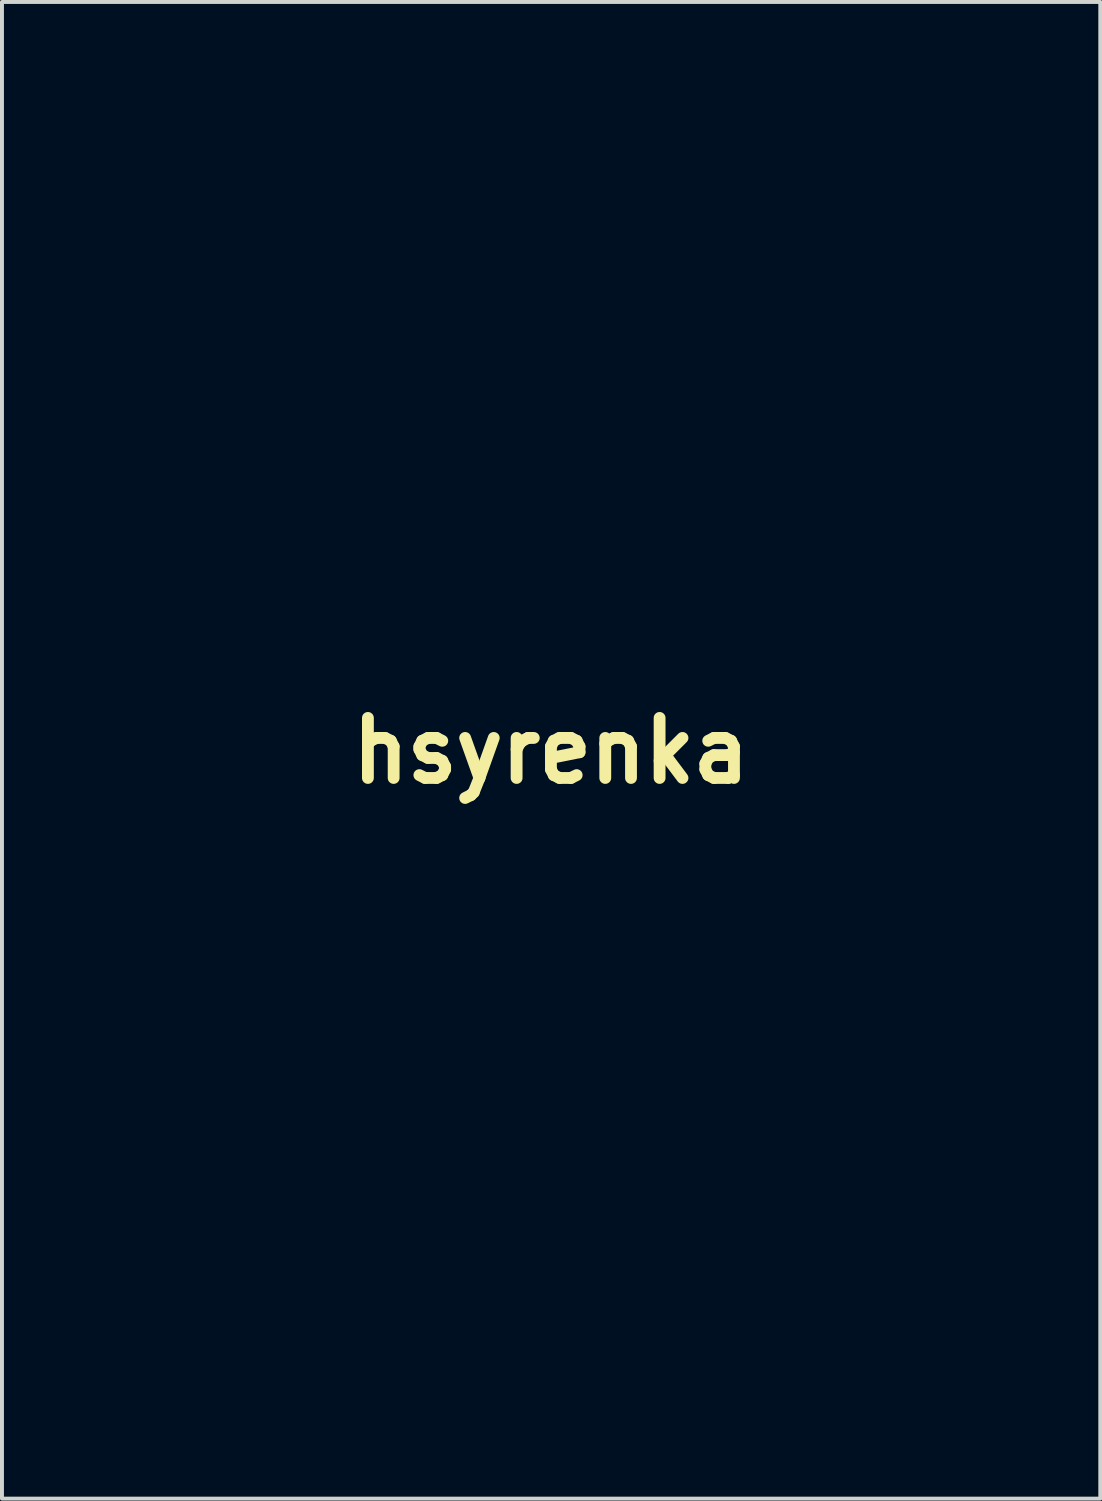
<source format=kicad_pcb>
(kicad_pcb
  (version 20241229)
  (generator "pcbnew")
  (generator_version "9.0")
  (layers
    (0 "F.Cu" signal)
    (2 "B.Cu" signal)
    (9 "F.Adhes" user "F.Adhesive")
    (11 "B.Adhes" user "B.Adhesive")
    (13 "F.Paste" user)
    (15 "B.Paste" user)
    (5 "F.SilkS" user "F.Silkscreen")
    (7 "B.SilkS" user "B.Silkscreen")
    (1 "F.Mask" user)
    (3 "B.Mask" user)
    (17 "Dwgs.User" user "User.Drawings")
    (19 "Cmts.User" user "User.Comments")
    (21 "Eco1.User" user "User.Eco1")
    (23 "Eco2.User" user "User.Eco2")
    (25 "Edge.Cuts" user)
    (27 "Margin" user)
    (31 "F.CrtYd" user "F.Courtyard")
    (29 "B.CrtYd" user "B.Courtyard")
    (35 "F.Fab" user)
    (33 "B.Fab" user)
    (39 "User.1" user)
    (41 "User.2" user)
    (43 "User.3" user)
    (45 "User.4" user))
  (footprint "hsyrenka"
    (layer "F.Cu")
    (at 10.931 16.003)
    (property "Reference" "hsyrenka" (at 0 0 0) (layer "F.SilkS") (effects (font (size 1.524 1.524) (thickness 0.3))))
    (attr through_hole)
    (fp_poly (pts (xy -7.198 2.2) (xy -7.079 2.288) (xy -6.978 2.414) (xy -6.906 2.564) (xy -6.875 2.72) (xy -6.881 2.819) (xy -6.914 2.94) (xy -6.968 3.078) (xy -7.033 3.213) (xy -7.098 3.326) (xy -7.155 3.397) (xy -7.17 3.407) (xy -7.296 3.443) (xy -7.432 3.432) (xy -7.518 3.394) (xy -7.617 3.288) (xy -7.654 3.15) (xy -7.629 2.978) (xy -7.62 2.949) (xy -7.587 2.837) (xy -7.579 2.759) (xy -7.596 2.682) (xy -7.616 2.628) (xy -7.644 2.479) (xy -7.613 2.345) (xy -7.532 2.239) (xy -7.409 2.177) (xy -7.324 2.167) (xy -7.198 2.2)) (stroke (width 0.01) (type solid)) (fill yes) (layer "F.Mask"))
    (fp_poly (pts (xy 1.03 2.894) (xy 1.229 2.97) (xy 1.405 3.102) (xy 1.517 3.238) (xy 1.591 3.401) (xy 1.63 3.595) (xy 1.631 3.793) (xy 1.591 3.968) (xy 1.579 3.995) (xy 1.453 4.186) (xy 1.285 4.333) (xy 1.087 4.43) (xy 0.873 4.474) (xy 0.657 4.457) (xy 0.515 4.409) (xy 0.315 4.282) (xy 0.166 4.112) (xy 0.072 3.913) (xy 0.038 3.694) (xy 0.04 3.679) (xy 0.71 3.679) (xy 0.736 3.766) (xy 0.799 3.81) (xy 0.877 3.806) (xy 0.948 3.749) (xy 0.96 3.728) (xy 0.978 3.635) (xy 0.934 3.56) (xy 0.883 3.533) (xy 0.795 3.536) (xy 0.732 3.594) (xy 0.71 3.679) (xy 0.04 3.679) (xy 0.067 3.468) (xy 0.128 3.31) (xy 0.257 3.122) (xy 0.424 2.986) (xy 0.616 2.902) (xy 0.822 2.871) (xy 1.03 2.894)) (stroke (width 0.01) (type solid)) (fill yes) (layer "F.Mask"))
    (fp_poly (pts (xy 3.974 1.375) (xy 4.166 1.485) (xy 4.324 1.65) (xy 4.409 1.794) (xy 4.464 1.992) (xy 4.465 2.208) (xy 4.413 2.419) (xy 4.313 2.604) (xy 4.292 2.63) (xy 4.118 2.783) (xy 3.909 2.881) (xy 3.682 2.919) (xy 3.527 2.908) (xy 3.308 2.838) (xy 3.131 2.721) (xy 2.998 2.567) (xy 2.909 2.387) (xy 2.868 2.192) (xy 2.87 2.146) (xy 3.525 2.146) (xy 3.573 2.218) (xy 3.635 2.266) (xy 3.692 2.261) (xy 3.744 2.227) (xy 3.797 2.155) (xy 3.793 2.075) (xy 3.739 2.014) (xy 3.681 1.995) (xy 3.581 2.009) (xy 3.526 2.065) (xy 3.525 2.146) (xy 2.87 2.146) (xy 2.875 1.992) (xy 2.932 1.798) (xy 3.04 1.621) (xy 3.2 1.472) (xy 3.314 1.405) (xy 3.537 1.33) (xy 3.76 1.322) (xy 3.974 1.375)) (stroke (width 0.01) (type solid)) (fill yes) (layer "F.Mask"))
    (fp_poly (pts (xy 3.893 -1.893) (xy 4.095 -1.8) (xy 4.26 -1.656) (xy 4.378 -1.47) (xy 4.441 -1.252) (xy 4.449 -1.14) (xy 4.425 -0.913) (xy 4.346 -0.722) (xy 4.224 -0.571) (xy 4.03 -0.424) (xy 3.81 -0.342) (xy 3.573 -0.326) (xy 3.38 -0.36) (xy 3.265 -0.418) (xy 3.138 -0.52) (xy 3.018 -0.647) (xy 2.925 -0.777) (xy 2.881 -0.875) (xy 2.851 -1.082) (xy 3.518 -1.082) (xy 3.54 -1.019) (xy 3.541 -1.018) (xy 3.606 -0.995) (xy 3.693 -1.006) (xy 3.763 -1.045) (xy 3.766 -1.049) (xy 3.796 -1.126) (xy 3.773 -1.2) (xy 3.715 -1.254) (xy 3.639 -1.273) (xy 3.564 -1.241) (xy 3.56 -1.236) (xy 3.526 -1.168) (xy 3.518 -1.082) (xy 2.851 -1.082) (xy 2.845 -1.121) (xy 2.878 -1.352) (xy 2.978 -1.564) (xy 3.093 -1.702) (xy 3.265 -1.836) (xy 3.459 -1.908) (xy 3.662 -1.927) (xy 3.893 -1.893)) (stroke (width 0.01) (type solid)) (fill yes) (layer "F.Mask"))
    (fp_poly (pts (xy -1.823 4.442) (xy -1.702 4.474) (xy -1.605 4.523) (xy -1.505 4.602) (xy -1.438 4.668) (xy -1.326 4.79) (xy -1.257 4.898) (xy -1.214 5.018) (xy -1.21 5.037) (xy -1.189 5.268) (xy -1.233 5.489) (xy -1.337 5.688) (xy -1.495 5.854) (xy -1.642 5.948) (xy -1.86 6.024) (xy -2.075 6.031) (xy -2.295 5.97) (xy -2.331 5.954) (xy -2.521 5.83) (xy -2.666 5.664) (xy -2.761 5.468) (xy -2.802 5.257) (xy -2.798 5.213) (xy -2.122 5.213) (xy -2.116 5.277) (xy -2.084 5.345) (xy -2.02 5.359) (xy -2.001 5.358) (xy -1.915 5.327) (xy -1.869 5.284) (xy -1.851 5.206) (xy -1.885 5.138) (xy -1.951 5.095) (xy -2.028 5.089) (xy -2.094 5.131) (xy -2.122 5.213) (xy -2.798 5.213) (xy -2.782 5.042) (xy -2.739 4.917) (xy -2.611 4.714) (xy -2.44 4.561) (xy -2.236 4.462) (xy -2.01 4.425) (xy -1.823 4.442)) (stroke (width 0.01) (type solid)) (fill yes) (layer "F.Mask"))
    (fp_poly (pts (xy 1.144 -3.501) (xy 1.304 -3.424) (xy 1.485 -3.273) (xy 1.616 -3.079) (xy 1.689 -2.858) (xy 1.698 -2.787) (xy 1.682 -2.567) (xy 1.604 -2.362) (xy 1.471 -2.184) (xy 1.292 -2.046) (xy 1.11 -1.967) (xy 0.971 -1.932) (xy 0.855 -1.925) (xy 0.726 -1.946) (xy 0.658 -1.963) (xy 0.519 -2.029) (xy 0.361 -2.157) (xy 0.334 -2.184) (xy 0.229 -2.296) (xy 0.165 -2.392) (xy 0.125 -2.496) (xy 0.108 -2.569) (xy 0.096 -2.735) (xy 0.746 -2.735) (xy 0.775 -2.651) (xy 0.843 -2.603) (xy 0.927 -2.602) (xy 0.994 -2.646) (xy 1.021 -2.723) (xy 1.016 -2.788) (xy 0.971 -2.856) (xy 0.899 -2.878) (xy 0.822 -2.859) (xy 0.764 -2.804) (xy 0.746 -2.735) (xy 0.096 -2.735) (xy 0.092 -2.799) (xy 0.135 -3.01) (xy 0.23 -3.194) (xy 0.366 -3.347) (xy 0.535 -3.46) (xy 0.727 -3.528) (xy 0.933 -3.544) (xy 1.144 -3.501)) (stroke (width 0.01) (type solid)) (fill yes) (layer "F.Mask"))
    (fp_poly (pts (xy -2.535 -6.249) (xy -2.448 -6.184) (xy -2.381 -6.101) (xy -2.351 -6.012) (xy -2.356 -5.898) (xy -2.393 -5.74) (xy -2.394 -5.735) (xy -2.453 -5.5) (xy -2.477 -5.321) (xy -2.47 -5.189) (xy -2.469 -5.188) (xy -2.456 -5.152) (xy -2.429 -5.117) (xy -2.379 -5.078) (xy -2.297 -5.029) (xy -2.176 -4.967) (xy -2.007 -4.886) (xy -1.782 -4.781) (xy -1.765 -4.773) (xy -1.537 -4.667) (xy -1.364 -4.584) (xy -1.238 -4.52) (xy -1.15 -4.469) (xy -1.091 -4.425) (xy -1.053 -4.384) (xy -1.026 -4.34) (xy -1.021 -4.329) (xy -0.981 -4.193) (xy -1.008 -4.069) (xy -1.103 -3.949) (xy -1.106 -3.947) (xy -1.222 -3.885) (xy -1.369 -3.883) (xy -1.528 -3.935) (xy -1.875 -4.099) (xy -2.164 -4.237) (xy -2.4 -4.352) (xy -2.589 -4.449) (xy -2.737 -4.53) (xy -2.849 -4.601) (xy -2.932 -4.663) (xy -2.991 -4.722) (xy -3.032 -4.781) (xy -3.061 -4.844) (xy -3.084 -4.914) (xy -3.093 -4.945) (xy -3.124 -5.15) (xy -3.123 -5.395) (xy -3.092 -5.656) (xy -3.033 -5.912) (xy -2.989 -6.045) (xy -2.907 -6.181) (xy -2.795 -6.263) (xy -2.666 -6.287) (xy -2.535 -6.249)) (stroke (width 0.01) (type solid)) (fill yes) (layer "F.Mask"))
    (fp_poly (pts (xy 6.858 -7.538) (xy 6.965 -7.465) (xy 7.042 -7.366) (xy 7.069 -7.269) (xy 7.046 -7.114) (xy 6.979 -6.92) (xy 6.874 -6.697) (xy 6.739 -6.457) (xy 6.579 -6.211) (xy 6.401 -5.971) (xy 6.282 -5.828) (xy 5.987 -5.511) (xy 5.681 -5.228) (xy 5.353 -4.971) (xy 4.993 -4.734) (xy 4.592 -4.511) (xy 4.14 -4.294) (xy 3.654 -4.088) (xy 3.455 -4.01) (xy 3.308 -3.957) (xy 3.202 -3.926) (xy 3.124 -3.916) (xy 3.061 -3.924) (xy 3.002 -3.947) (xy 2.995 -3.95) (xy 2.927 -4.007) (xy 2.865 -4.096) (xy 2.861 -4.106) (xy 2.826 -4.196) (xy 2.828 -4.27) (xy 2.856 -4.348) (xy 2.884 -4.405) (xy 2.923 -4.454) (xy 2.983 -4.501) (xy 3.073 -4.553) (xy 3.202 -4.615) (xy 3.38 -4.691) (xy 3.576 -4.772) (xy 4.101 -5.004) (xy 4.563 -5.246) (xy 4.969 -5.505) (xy 5.326 -5.785) (xy 5.644 -6.091) (xy 5.928 -6.429) (xy 5.937 -6.441) (xy 6.034 -6.58) (xy 6.136 -6.739) (xy 6.233 -6.906) (xy 6.319 -7.065) (xy 6.385 -7.203) (xy 6.423 -7.304) (xy 6.43 -7.341) (xy 6.461 -7.412) (xy 6.537 -7.485) (xy 6.637 -7.541) (xy 6.736 -7.567) (xy 6.743 -7.567) (xy 6.858 -7.538)) (stroke (width 0.01) (type solid)) (fill yes) (layer "F.Mask"))
    (fp_poly (pts (xy 5.713 4.453) (xy 5.833 4.488) (xy 5.916 4.552) (xy 5.969 4.66) (xy 6.001 4.822) (xy 6.008 4.888) (xy 6.034 5.065) (xy 6.079 5.228) (xy 6.155 5.41) (xy 6.178 5.459) (xy 6.314 5.715) (xy 6.475 5.975) (xy 6.654 6.23) (xy 6.841 6.467) (xy 7.028 6.675) (xy 7.205 6.845) (xy 7.364 6.965) (xy 7.414 6.994) (xy 7.527 7.04) (xy 7.646 7.062) (xy 7.787 7.061) (xy 7.967 7.035) (xy 8.144 6.999) (xy 8.721 6.839) (xy 9.299 6.614) (xy 9.503 6.52) (xy 9.798 6.362) (xy 10.024 6.208) (xy 10.183 6.056) (xy 10.277 5.904) (xy 10.279 5.901) (xy 10.364 5.758) (xy 10.477 5.672) (xy 10.606 5.645) (xy 10.736 5.679) (xy 10.838 5.759) (xy 10.913 5.86) (xy 10.937 5.965) (xy 10.912 6.09) (xy 10.865 6.203) (xy 10.739 6.401) (xy 10.551 6.599) (xy 10.31 6.794) (xy 10.025 6.981) (xy 9.705 7.155) (xy 9.358 7.313) (xy 8.995 7.45) (xy 8.623 7.561) (xy 8.253 7.642) (xy 7.892 7.69) (xy 7.78 7.697) (xy 7.603 7.704) (xy 7.478 7.706) (xy 7.389 7.698) (xy 7.317 7.679) (xy 7.244 7.647) (xy 7.183 7.615) (xy 7.027 7.522) (xy 6.877 7.414) (xy 6.722 7.278) (xy 6.548 7.103) (xy 6.416 6.963) (xy 6.085 6.563) (xy 5.802 6.137) (xy 5.631 5.824) (xy 5.496 5.529) (xy 5.408 5.269) (xy 5.362 5.027) (xy 5.353 4.873) (xy 5.355 4.745) (xy 5.368 4.664) (xy 5.401 4.605) (xy 5.463 4.544) (xy 5.469 4.538) (xy 5.557 4.471) (xy 5.634 4.447) (xy 5.713 4.453)) (stroke (width 0.01) (type solid)) (fill yes) (layer "F.Mask"))
    (fp_poly (pts (xy 1.394 -1.487) (xy 1.58 -1.479) (xy 1.722 -1.463) (xy 1.831 -1.438) (xy 1.915 -1.404) (xy 1.983 -1.359) (xy 2.005 -1.34) (xy 2.057 -1.278) (xy 2.134 -1.164) (xy 2.23 -1.01) (xy 2.338 -0.828) (xy 2.452 -0.629) (xy 2.565 -0.425) (xy 2.669 -0.228) (xy 2.759 -0.049) (xy 2.777 -0.012) (xy 2.874 0.229) (xy 2.928 0.44) (xy 2.933 0.485) (xy 2.94 0.598) (xy 2.932 0.69) (xy 2.903 0.786) (xy 2.847 0.912) (xy 2.827 0.953) (xy 2.724 1.147) (xy 2.597 1.358) (xy 2.456 1.575) (xy 2.309 1.784) (xy 2.164 1.974) (xy 2.032 2.131) (xy 1.921 2.243) (xy 1.882 2.274) (xy 1.823 2.307) (xy 1.743 2.332) (xy 1.629 2.352) (xy 1.466 2.369) (xy 1.325 2.38) (xy 1.099 2.394) (xy 0.848 2.405) (xy 0.607 2.413) (xy 0.459 2.415) (xy 0.281 2.414) (xy 0.157 2.41) (xy 0.069 2.398) (xy 0.002 2.377) (xy -0.063 2.342) (xy -0.114 2.309) (xy -0.26 2.188) (xy -0.426 2.005) (xy -0.61 1.766) (xy -0.807 1.476) (xy -0.968 1.216) (xy -1.095 0.996) (xy -1.188 0.81) (xy -1.246 0.647) (xy -1.268 0.493) (xy -1.265 0.458) (xy -0.604 0.458) (xy -0.6 0.503) (xy -0.585 0.556) (xy -0.554 0.627) (xy -0.503 0.725) (xy -0.426 0.859) (xy -0.32 1.039) (xy -0.242 1.169) (xy -0.13 1.357) (xy -0.043 1.499) (xy 0.031 1.601) (xy 0.105 1.67) (xy 0.191 1.712) (xy 0.302 1.733) (xy 0.448 1.741) (xy 0.644 1.741) (xy 0.846 1.741) (xy 1.087 1.74) (xy 1.267 1.738) (xy 1.395 1.733) (xy 1.482 1.725) (xy 1.537 1.712) (xy 1.571 1.695) (xy 1.587 1.679) (xy 1.642 1.604) (xy 1.726 1.485) (xy 1.826 1.337) (xy 1.935 1.176) (xy 2.04 1.017) (xy 2.132 0.876) (xy 2.2 0.767) (xy 2.216 0.739) (xy 2.313 0.573) (xy 2.234 0.384) (xy 2.189 0.287) (xy 2.117 0.144) (xy 2.026 -0.029) (xy 1.925 -0.216) (xy 1.872 -0.311) (xy 1.588 -0.817) (xy 0.888 -0.817) (xy 0.646 -0.817) (xy 0.464 -0.814) (xy 0.333 -0.81) (xy 0.241 -0.802) (xy 0.178 -0.789) (xy 0.134 -0.771) (xy 0.098 -0.747) (xy 0.097 -0.746) (xy 0.047 -0.69) (xy -0.027 -0.585) (xy -0.118 -0.446) (xy -0.218 -0.283) (xy -0.319 -0.11) (xy -0.416 0.061) (xy -0.499 0.216) (xy -0.563 0.344) (xy -0.599 0.432) (xy -0.604 0.458) (xy -1.265 0.458) (xy -1.254 0.338) (xy -1.203 0.167) (xy -1.115 -0.03) (xy -0.99 -0.266) (xy -0.887 -0.447) (xy -0.737 -0.701) (xy -0.611 -0.901) (xy -0.501 -1.055) (xy -0.399 -1.172) (xy -0.298 -1.262) (xy -0.189 -1.335) (xy -0.107 -1.378) (xy -0.04 -1.41) (xy 0.021 -1.434) (xy 0.088 -1.451) (xy 0.172 -1.464) (xy 0.285 -1.472) (xy 0.436 -1.478) (xy 0.638 -1.483) (xy 0.856 -1.486) (xy 1.156 -1.489) (xy 1.394 -1.487)) (stroke (width 0.01) (type solid)) (fill yes) (layer "F.Mask"))
    (fp_poly (pts (xy 1.422 -15.965) (xy 1.727 -15.871) (xy 1.969 -15.741) (xy 2.092 -15.623) (xy 2.189 -15.456) (xy 2.252 -15.261) (xy 2.272 -15.087) (xy 2.263 -14.939) (xy 2.226 -14.832) (xy 2.151 -14.757) (xy 2.028 -14.704) (xy 1.848 -14.666) (xy 1.781 -14.656) (xy 1.647 -14.635) (xy 1.565 -14.614) (xy 1.517 -14.583) (xy 1.486 -14.532) (xy 1.467 -14.487) (xy 1.436 -14.396) (xy 1.438 -14.335) (xy 1.475 -14.27) (xy 1.48 -14.264) (xy 1.539 -14.201) (xy 1.611 -14.184) (xy 1.67 -14.19) (xy 1.87 -14.218) (xy 2.013 -14.234) (xy 2.113 -14.239) (xy 2.182 -14.23) (xy 2.235 -14.208) (xy 2.285 -14.17) (xy 2.313 -14.146) (xy 2.433 -14.038) (xy 2.433 -13.68) (xy 2.432 -13.323) (xy 2.255 -13.143) (xy 1.996 -12.926) (xy 1.71 -12.771) (xy 1.405 -12.678) (xy 1.09 -12.645) (xy 0.774 -12.674) (xy 0.467 -12.764) (xy 0.176 -12.916) (xy -0.076 -13.116) (xy -0.256 -13.29) (xy -3.37 -12.841) (xy -3.966 -12.755) (xy -4.495 -12.678) (xy -4.958 -12.61) (xy -5.358 -12.549) (xy -5.698 -12.497) (xy -5.979 -12.452) (xy -6.204 -12.415) (xy -6.375 -12.384) (xy -6.496 -12.359) (xy -6.568 -12.341) (xy -6.589 -12.332) (xy -6.681 -12.257) (xy -6.758 -12.161) (xy -6.761 -12.157) (xy -6.782 -12.1) (xy -6.819 -11.982) (xy -6.869 -11.809) (xy -6.93 -11.589) (xy -7 -11.328) (xy -7.077 -11.035) (xy -7.159 -10.716) (xy -7.245 -10.379) (xy -7.249 -10.364) (xy -7.335 -10.022) (xy -7.417 -9.695) (xy -7.495 -9.389) (xy -7.565 -9.114) (xy -7.626 -8.876) (xy -7.675 -8.684) (xy -7.711 -8.545) (xy -7.732 -8.468) (xy -7.794 -8.25) (xy -7.68 -8.02) (xy -7.636 -7.94) (xy -7.56 -7.814) (xy -7.459 -7.651) (xy -7.337 -7.458) (xy -7.199 -7.244) (xy -7.052 -7.017) (xy -6.901 -6.786) (xy -6.75 -6.558) (xy -6.607 -6.342) (xy -6.475 -6.147) (xy -6.36 -5.979) (xy -6.269 -5.849) (xy -6.206 -5.764) (xy -6.179 -5.733) (xy -6.121 -5.715) (xy -6.012 -5.703) (xy -5.872 -5.695) (xy -5.72 -5.693) (xy -5.577 -5.697) (xy -5.462 -5.706) (xy -5.395 -5.722) (xy -5.35 -5.777) (xy -5.321 -5.865) (xy -5.32 -5.869) (xy -5.318 -5.935) (xy -5.338 -6.005) (xy -5.387 -6.097) (xy -5.471 -6.224) (xy -5.494 -6.257) (xy -5.679 -6.55) (xy -5.84 -6.862) (xy -5.968 -7.173) (xy -6.052 -7.462) (xy -6.06 -7.496) (xy -6.103 -7.837) (xy -6.107 -8.236) (xy -6.072 -8.693) (xy -5.997 -9.207) (xy -5.899 -9.712) (xy -5.856 -9.892) (xy -5.812 -10.028) (xy -5.757 -10.143) (xy -5.679 -10.265) (xy -5.656 -10.298) (xy -5.562 -10.42) (xy -5.434 -10.57) (xy -5.29 -10.728) (xy -5.169 -10.854) (xy -5.01 -11.008) (xy -4.875 -11.124) (xy -4.741 -11.219) (xy -4.585 -11.309) (xy -4.49 -11.359) (xy -4.077 -11.551) (xy -3.679 -11.693) (xy -3.277 -11.789) (xy -2.855 -11.842) (xy -2.395 -11.857) (xy -2.185 -11.852) (xy -1.629 -11.809) (xy -1.125 -11.721) (xy -0.664 -11.585) (xy -0.243 -11.399) (xy 0.146 -11.162) (xy 0.508 -10.87) (xy 0.515 -10.864) (xy 0.602 -10.781) (xy 0.726 -10.657) (xy 0.878 -10.503) (xy 1.046 -10.329) (xy 1.22 -10.146) (xy 1.274 -10.089) (xy 1.457 -9.896) (xy 1.646 -9.7) (xy 1.83 -9.514) (xy 1.994 -9.351) (xy 2.125 -9.225) (xy 2.145 -9.206) (xy 2.546 -8.868) (xy 2.955 -8.589) (xy 3.365 -8.372) (xy 3.775 -8.218) (xy 4.18 -8.127) (xy 4.576 -8.102) (xy 4.959 -8.143) (xy 5.258 -8.225) (xy 5.468 -8.312) (xy 5.7 -8.425) (xy 5.93 -8.554) (xy 6.138 -8.685) (xy 6.303 -8.808) (xy 6.315 -8.818) (xy 6.413 -8.898) (xy 6.486 -8.937) (xy 6.556 -8.945) (xy 6.605 -8.939) (xy 6.742 -8.886) (xy 6.838 -8.789) (xy 6.886 -8.664) (xy 6.879 -8.527) (xy 6.817 -8.404) (xy 6.704 -8.291) (xy 6.539 -8.163) (xy 6.334 -8.028) (xy 6.103 -7.894) (xy 5.86 -7.769) (xy 5.619 -7.66) (xy 5.394 -7.575) (xy 5.323 -7.553) (xy 4.877 -7.459) (xy 4.429 -7.436) (xy 3.979 -7.483) (xy 3.522 -7.601) (xy 3.499 -7.609) (xy 3.213 -7.715) (xy 2.942 -7.837) (xy 2.679 -7.979) (xy 2.418 -8.147) (xy 2.15 -8.345) (xy 1.87 -8.579) (xy 1.571 -8.855) (xy 1.244 -9.177) (xy 0.885 -9.55) (xy 0.823 -9.616) (xy 0.573 -9.88) (xy 0.362 -10.097) (xy 0.182 -10.273) (xy 0.027 -10.416) (xy -0.113 -10.531) (xy -0.244 -10.627) (xy -0.374 -10.708) (xy -0.492 -10.774) (xy -0.807 -10.923) (xy -1.117 -11.036) (xy -1.438 -11.115) (xy -1.783 -11.164) (xy -2.168 -11.184) (xy -2.549 -11.182) (xy -2.785 -11.173) (xy -2.968 -11.163) (xy -3.114 -11.148) (xy -3.241 -11.127) (xy -3.365 -11.097) (xy -3.464 -11.069) (xy -3.718 -10.981) (xy -3.977 -10.873) (xy -4.221 -10.753) (xy -4.432 -10.63) (xy -4.591 -10.514) (xy -4.696 -10.414) (xy -4.813 -10.288) (xy -4.932 -10.149) (xy -5.042 -10.01) (xy -5.134 -9.884) (xy -5.198 -9.782) (xy -5.222 -9.719) (xy -5.222 -9.717) (xy -5.231 -9.65) (xy -5.253 -9.535) (xy -5.284 -9.396) (xy -5.293 -9.361) (xy -5.328 -9.197) (xy -5.361 -8.994) (xy -5.392 -8.768) (xy -5.419 -8.536) (xy -5.44 -8.313) (xy -5.453 -8.117) (xy -5.456 -7.962) (xy -5.452 -7.886) (xy -5.395 -7.566) (xy -5.308 -7.285) (xy -5.255 -7.158) (xy -5.175 -7.002) (xy -5.068 -6.819) (xy -4.946 -6.629) (xy -4.821 -6.449) (xy -4.704 -6.295) (xy -4.608 -6.187) (xy -4.606 -6.186) (xy -4.482 -6.067) (xy -3.991 -6.231) (xy -3.811 -6.289) (xy -3.653 -6.338) (xy -3.529 -6.374) (xy -3.453 -6.393) (xy -3.44 -6.394) (xy -3.36 -6.367) (xy -3.27 -6.299) (xy -3.193 -6.213) (xy -3.154 -6.131) (xy -3.161 -5.996) (xy -3.229 -5.869) (xy -3.346 -5.771) (xy -3.363 -5.761) (xy -3.512 -5.695) (xy -3.701 -5.626) (xy -3.912 -5.558) (xy -4.124 -5.497) (xy -4.319 -5.449) (xy -4.477 -5.42) (xy -4.536 -5.415) (xy -4.663 -5.405) (xy -4.749 -5.382) (xy -4.822 -5.334) (xy -4.893 -5.267) (xy -5.018 -5.166) (xy -5.165 -5.094) (xy -5.347 -5.049) (xy -5.574 -5.028) (xy -5.858 -5.028) (xy -5.862 -5.028) (xy -6.088 -5.039) (xy -6.259 -5.06) (xy -6.39 -5.098) (xy -6.497 -5.158) (xy -6.595 -5.248) (xy -6.698 -5.369) (xy -6.861 -5.582) (xy -7.038 -5.823) (xy -7.224 -6.086) (xy -7.413 -6.36) (xy -7.6 -6.638) (xy -7.779 -6.912) (xy -7.944 -7.171) (xy -8.091 -7.409) (xy -8.213 -7.617) (xy -8.304 -7.785) (xy -8.36 -7.906) (xy -8.365 -7.918) (xy -8.417 -8.167) (xy -8.411 -8.448) (xy -8.348 -8.751) (xy -8.334 -8.796) (xy -8.306 -8.89) (xy -8.264 -9.045) (xy -8.209 -9.252) (xy -8.144 -9.502) (xy -8.071 -9.788) (xy -7.992 -10.099) (xy -7.91 -10.428) (xy -7.848 -10.678) (xy -7.766 -11.007) (xy -7.688 -11.317) (xy -7.614 -11.602) (xy -7.549 -11.854) (xy -7.492 -12.065) (xy -7.447 -12.229) (xy -7.415 -12.337) (xy -7.399 -12.379) (xy -7.269 -12.579) (xy -7.091 -12.77) (xy -6.921 -12.905) (xy -6.732 -13.034) (xy -3.481 -13.498) (xy -3.006 -13.565) (xy -2.549 -13.63) (xy -2.115 -13.691) (xy -1.71 -13.747) (xy -1.338 -13.799) (xy -1.004 -13.844) (xy -0.714 -13.884) (xy -0.474 -13.916) (xy -0.287 -13.94) (xy -0.16 -13.955) (xy -0.098 -13.961) (xy -0.095 -13.961) (xy -0.034 -13.959) (xy 0.016 -13.948) (xy 0.068 -13.918) (xy 0.131 -13.862) (xy 0.219 -13.77) (xy 0.342 -13.634) (xy 0.347 -13.629) (xy 0.511 -13.483) (xy 0.703 -13.388) (xy 0.935 -13.338) (xy 1.033 -13.329) (xy 1.187 -13.324) (xy 1.299 -13.333) (xy 1.397 -13.361) (xy 1.477 -13.396) (xy 1.652 -13.479) (xy 1.51 -13.49) (xy 1.397 -13.501) (xy 1.302 -13.515) (xy 1.293 -13.517) (xy 1.67 -13.517) (xy 1.687 -13.499) (xy 1.705 -13.517) (xy 1.687 -13.535) (xy 1.67 -13.517) (xy 1.293 -13.517) (xy 1.291 -13.518) (xy 1.235 -13.555) (xy 1.153 -13.638) (xy 1.055 -13.754) (xy 0.954 -13.887) (xy 0.858 -14.024) (xy 0.778 -14.15) (xy 0.726 -14.251) (xy 0.71 -14.305) (xy 0.725 -14.38) (xy 0.763 -14.5) (xy 0.818 -14.646) (xy 0.882 -14.802) (xy 0.947 -14.948) (xy 1.006 -15.066) (xy 1.052 -15.137) (xy 1.054 -15.14) (xy 1.125 -15.191) (xy 1.229 -15.237) (xy 1.258 -15.246) (xy 1.345 -15.272) (xy 1.37 -15.289) (xy 1.341 -15.305) (xy 1.314 -15.313) (xy 1.104 -15.341) (xy 0.879 -15.315) (xy 0.656 -15.239) (xy 0.455 -15.123) (xy 0.294 -14.974) (xy 0.237 -14.893) (xy 0.18 -14.783) (xy 0.118 -14.645) (xy 0.089 -14.57) (xy 0.032 -14.448) (xy -0.034 -14.35) (xy -0.071 -14.314) (xy -0.103 -14.3) (xy -0.166 -14.283) (xy -0.265 -14.262) (xy -0.402 -14.236) (xy -0.581 -14.206) (xy -0.806 -14.17) (xy -1.08 -14.127) (xy -1.408 -14.078) (xy -1.791 -14.022) (xy -2.234 -13.957) (xy -2.741 -13.885) (xy -3.308 -13.804) (xy -3.775 -13.738) (xy -4.224 -13.675) (xy -4.648 -13.615) (xy -5.044 -13.56) (xy -5.405 -13.51) (xy -5.727 -13.466) (xy -6.005 -13.428) (xy -6.232 -13.398) (xy -6.405 -13.375) (xy -6.518 -13.362) (xy -6.564 -13.357) (xy -6.685 -13.39) (xy -6.821 -13.482) (xy -6.917 -13.554) (xy -7 -13.592) (xy -7.104 -13.605) (xy -7.177 -13.606) (xy -7.332 -13.598) (xy -7.493 -13.578) (xy -7.563 -13.564) (xy -7.674 -13.533) (xy -7.736 -13.494) (xy -7.772 -13.433) (xy -7.78 -13.41) (xy -7.803 -13.344) (xy -7.83 -13.289) (xy -7.868 -13.244) (xy -7.924 -13.206) (xy -8.006 -13.172) (xy -8.121 -13.141) (xy -8.275 -13.109) (xy -8.478 -13.075) (xy -8.735 -13.036) (xy -9.054 -12.99) (xy -9.093 -12.984) (xy -9.367 -12.945) (xy -9.619 -12.909) (xy -9.839 -12.878) (xy -10.02 -12.853) (xy -10.152 -12.835) (xy -10.228 -12.826) (xy -10.241 -12.824) (xy -10.255 -12.794) (xy -10.257 -12.723) (xy -10.248 -12.64) (xy -10.232 -12.573) (xy -10.221 -12.553) (xy -10.183 -12.555) (xy -10.085 -12.565) (xy -9.934 -12.584) (xy -9.74 -12.609) (xy -9.512 -12.641) (xy -9.259 -12.676) (xy -9.219 -12.682) (xy -8.954 -12.72) (xy -8.706 -12.753) (xy -8.484 -12.782) (xy -8.299 -12.804) (xy -8.163 -12.819) (xy -8.086 -12.824) (xy -8.083 -12.824) (xy -7.931 -12.792) (xy -7.811 -12.704) (xy -7.733 -12.571) (xy -7.709 -12.422) (xy -7.724 -12.367) (xy -7.765 -12.259) (xy -7.828 -12.11) (xy -7.907 -11.933) (xy -7.996 -11.741) (xy -8.236 -11.232) (xy -8.444 -10.774) (xy -8.625 -10.358) (xy -8.783 -9.974) (xy -8.922 -9.611) (xy -9.046 -9.26) (xy -9.159 -8.91) (xy -9.264 -8.551) (xy -9.287 -8.471) (xy -9.328 -8.317) (xy -9.351 -8.209) (xy -9.356 -8.126) (xy -9.346 -8.046) (xy -9.322 -7.946) (xy -9.322 -7.946) (xy -9.28 -7.812) (xy -9.219 -7.647) (xy -9.151 -7.485) (xy -9.143 -7.468) (xy -9.091 -7.348) (xy -9.018 -7.178) (xy -8.933 -6.973) (xy -8.841 -6.748) (xy -8.748 -6.519) (xy -8.741 -6.501) (xy -8.564 -6.066) (xy -8.391 -5.652) (xy -8.225 -5.271) (xy -8.073 -4.933) (xy -7.938 -4.651) (xy -7.922 -4.618) (xy -7.851 -4.452) (xy -7.788 -4.264) (xy -7.738 -4.07) (xy -7.705 -3.888) (xy -7.691 -3.736) (xy -7.701 -3.629) (xy -7.704 -3.619) (xy -7.733 -3.559) (xy -7.778 -3.504) (xy -7.848 -3.447) (xy -7.953 -3.384) (xy -8.101 -3.306) (xy -8.302 -3.209) (xy -8.37 -3.178) (xy -8.863 -2.947) (xy -8.857 -2.581) (xy -8.84 -2.297) (xy -8.803 -2.032) (xy -8.749 -1.802) (xy -8.682 -1.626) (xy -8.681 -1.624) (xy -8.635 -1.557) (xy -8.549 -1.453) (xy -8.436 -1.324) (xy -8.305 -1.184) (xy -8.267 -1.144) (xy -7.912 -0.779) (xy -7.933 -0.594) (xy -7.948 -0.507) (xy -7.981 -0.364) (xy -8.028 -0.177) (xy -8.085 0.04) (xy -8.151 0.276) (xy -8.188 0.409) (xy -8.294 0.777) (xy -8.381 1.086) (xy -8.453 1.346) (xy -8.51 1.565) (xy -8.554 1.753) (xy -8.588 1.918) (xy -8.612 2.07) (xy -8.629 2.219) (xy -8.641 2.373) (xy -8.648 2.542) (xy -8.654 2.734) (xy -8.656 2.824) (xy -8.667 3.153) (xy -8.682 3.411) (xy -8.7 3.598) (xy -8.722 3.715) (xy -8.725 3.722) (xy -8.759 3.858) (xy -8.774 3.99) (xy -8.771 4.101) (xy -8.75 4.173) (xy -8.721 4.192) (xy -8.682 4.2) (xy -8.639 4.228) (xy -8.586 4.284) (xy -8.52 4.374) (xy -8.433 4.506) (xy -8.323 4.685) (xy -8.183 4.92) (xy -8.179 4.926) (xy -7.942 5.318) (xy -7.72 5.669) (xy -7.518 5.974) (xy -7.338 6.227) (xy -7.186 6.421) (xy -7.1 6.52) (xy -7.036 6.576) (xy -6.972 6.601) (xy -6.885 6.607) (xy -6.842 6.608) (xy -6.681 6.586) (xy -6.524 6.519) (xy -6.361 6.4) (xy -6.182 6.222) (xy -6.136 6.171) (xy -5.887 5.873) (xy -5.686 5.602) (xy -5.527 5.343) (xy -5.401 5.082) (xy -5.3 4.804) (xy -5.243 4.605) (xy -5.139 4.278) (xy -5.012 4.003) (xy -4.849 3.758) (xy -4.712 3.598) (xy -4.468 3.382) (xy -4.202 3.23) (xy -3.919 3.144) (xy -3.846 3.134) (xy -3.628 3.108) (xy -3.86 2.705) (xy -3.957 2.536) (xy -4.022 2.411) (xy -4.063 2.314) (xy -4.085 2.231) (xy -4.094 2.146) (xy -4.096 2.084) (xy -4.097 2.011) (xy -4.092 1.948) (xy -4.079 1.884) (xy -4.051 1.81) (xy -4.005 1.716) (xy -3.937 1.591) (xy -3.841 1.426) (xy -3.714 1.21) (xy -3.703 1.19) (xy -3.587 0.991) (xy -3.484 0.811) (xy -3.4 0.66) (xy -3.339 0.547) (xy -3.308 0.481) (xy -3.304 0.47) (xy -3.321 0.419) (xy -3.365 0.325) (xy -3.429 0.205) (xy -3.455 0.158) (xy -3.532 0.027) (xy -3.588 -0.051) (xy -3.631 -0.086) (xy -3.671 -0.089) (xy -3.677 -0.087) (xy -4.031 -0.014) (xy -4.38 -0.011) (xy -4.718 -0.076) (xy -5.037 -0.208) (xy -5.333 -0.404) (xy -5.48 -0.537) (xy -5.686 -0.775) (xy -5.832 -1.019) (xy -5.914 -1.26) (xy -5.923 -1.315) (xy -5.927 -1.413) (xy -5.899 -1.486) (xy -5.833 -1.561) (xy -5.708 -1.647) (xy -5.577 -1.667) (xy -5.452 -1.625) (xy -5.344 -1.524) (xy -5.265 -1.372) (xy -5.156 -1.16) (xy -4.99 -0.969) (xy -4.782 -0.815) (xy -4.756 -0.8) (xy -4.635 -0.743) (xy -4.517 -0.708) (xy -4.372 -0.688) (xy -4.272 -0.681) (xy -4.115 -0.676) (xy -4.021 -0.685) (xy -3.984 -0.716) (xy -3.996 -0.776) (xy -4.05 -0.875) (xy -4.068 -0.906) (xy -4.122 -1.014) (xy -4.153 -1.118) (xy -4.156 -1.146) (xy -3.451 -1.146) (xy -3.031 -0.422) (xy -2.895 -0.186) (xy -2.792 -0.002) (xy -2.716 0.139) (xy -2.665 0.246) (xy -2.633 0.328) (xy -2.616 0.394) (xy -2.611 0.453) (xy -2.611 0.462) (xy -2.615 0.52) (xy -2.63 0.586) (xy -2.659 0.667) (xy -2.707 0.772) (xy -2.779 0.911) (xy -2.877 1.092) (xy -3.007 1.324) (xy -3.029 1.364) (xy -3.448 2.107) (xy -3.102 2.697) (xy -2.958 2.943) (xy -2.846 3.137) (xy -2.763 3.288) (xy -2.704 3.403) (xy -2.665 3.491) (xy -2.643 3.561) (xy -2.632 3.62) (xy -2.629 3.679) (xy -2.629 3.684) (xy -2.634 3.752) (xy -2.651 3.829) (xy -2.685 3.922) (xy -2.738 4.04) (xy -2.815 4.191) (xy -2.92 4.383) (xy -3.056 4.624) (xy -3.122 4.741) (xy -3.225 4.921) (xy -3.313 5.081) (xy -3.381 5.209) (xy -3.425 5.295) (xy -3.438 5.329) (xy -3.417 5.365) (xy -3.366 5.453) (xy -3.29 5.583) (xy -3.195 5.745) (xy -3.085 5.931) (xy -3.055 5.981) (xy -2.682 6.611) (xy -2.203 6.59) (xy -1.997 6.581) (xy -1.792 6.571) (xy -1.61 6.56) (xy -1.475 6.551) (xy -1.473 6.551) (xy -1.224 6.532) (xy -1.025 6.223) (xy -0.916 6.049) (xy -0.797 5.854) (xy -0.689 5.673) (xy -0.659 5.622) (xy -0.483 5.36) (xy -0.294 5.162) (xy -0.094 5.031) (xy -0.071 5.021) (xy -0.002 5.001) (xy 0.108 4.984) (xy 0.265 4.97) (xy 0.476 4.957) (xy 0.749 4.946) (xy 0.848 4.943) (xy 1.105 4.935) (xy 1.301 4.927) (xy 1.444 4.919) (xy 1.545 4.91) (xy 1.613 4.898) (xy 1.656 4.882) (xy 1.686 4.862) (xy 1.71 4.834) (xy 1.711 4.832) (xy 1.751 4.772) (xy 1.814 4.661) (xy 1.895 4.513) (xy 1.987 4.339) (xy 2.049 4.217) (xy 2.178 3.968) (xy 2.286 3.777) (xy 2.378 3.635) (xy 2.461 3.534) (xy 2.541 3.466) (xy 2.625 3.423) (xy 2.671 3.409) (xy 2.761 3.395) (xy 2.913 3.386) (xy 3.119 3.38) (xy 3.371 3.378) (xy 3.579 3.38) (xy 4.344 3.39) (xy 4.448 3.267) (xy 4.534 3.153) (xy 4.639 2.993) (xy 4.752 2.807) (xy 4.863 2.613) (xy 4.96 2.43) (xy 5.029 2.284) (xy 5.087 2.124) (xy 5.106 2.008) (xy 5.102 1.976) (xy 5.075 1.915) (xy 5.015 1.81) (xy 4.931 1.674) (xy 4.831 1.52) (xy 4.809 1.486) (xy 4.692 1.307) (xy 4.575 1.116) (xy 4.472 0.939) (xy 4.399 0.799) (xy 4.337 0.667) (xy 4.296 0.555) (xy 4.279 0.453) (xy 4.288 0.35) (xy 4.327 0.235) (xy 4.397 0.096) (xy 4.502 -0.078) (xy 4.644 -0.297) (xy 4.67 -0.337) (xy 4.775 -0.499) (xy 4.873 -0.653) (xy 4.953 -0.783) (xy 5.005 -0.871) (xy 5.007 -0.874) (xy 5.087 -1.019) (xy 4.719 -1.744) (xy 4.352 -2.469) (xy 4.156 -2.492) (xy 4.06 -2.499) (xy 3.907 -2.506) (xy 3.713 -2.512) (xy 3.491 -2.516) (xy 3.257 -2.519) (xy 3.236 -2.519) (xy 2.511 -2.522) (xy 2.384 -2.657) (xy 2.326 -2.733) (xy 2.245 -2.861) (xy 2.147 -3.028) (xy 2.04 -3.222) (xy 1.936 -3.42) (xy 1.616 -4.048) (xy 0.848 -4.049) (xy 0.079 -4.05) (xy -0.332 -3.418) (xy -0.501 -3.159) (xy -0.641 -2.952) (xy -0.762 -2.792) (xy -0.874 -2.672) (xy -0.988 -2.586) (xy -1.114 -2.528) (xy -1.263 -2.492) (xy -1.445 -2.471) (xy -1.671 -2.461) (xy -1.95 -2.453) (xy -1.969 -2.453) (xy -2.712 -2.433) (xy -3.451 -1.146) (xy -4.156 -1.146) (xy -4.156 -1.147) (xy -4.138 -1.207) (xy -4.089 -1.317) (xy -4.014 -1.467) (xy -3.919 -1.647) (xy -3.809 -1.846) (xy -3.691 -2.055) (xy -3.57 -2.264) (xy -3.453 -2.462) (xy -3.344 -2.639) (xy -3.25 -2.785) (xy -3.176 -2.889) (xy -3.139 -2.933) (xy -3.065 -2.996) (xy -2.978 -3.044) (xy -2.867 -3.079) (xy -2.723 -3.103) (xy -2.536 -3.118) (xy -2.295 -3.125) (xy -2.071 -3.127) (xy -1.861 -3.128) (xy -1.672 -3.131) (xy -1.515 -3.136) (xy -1.406 -3.142) (xy -1.36 -3.148) (xy -1.313 -3.184) (xy -1.235 -3.277) (xy -1.124 -3.426) (xy -0.98 -3.635) (xy -0.802 -3.904) (xy -0.799 -3.909) (xy -0.642 -4.147) (xy -0.517 -4.332) (xy -0.419 -4.471) (xy -0.343 -4.569) (xy -0.284 -4.633) (xy -0.237 -4.671) (xy -0.206 -4.686) (xy -0.132 -4.699) (xy 0.000357 -4.709) (xy 0.179 -4.717) (xy 0.392 -4.722) (xy 0.628 -4.725) (xy 0.872 -4.725) (xy 1.115 -4.723) (xy 1.342 -4.719) (xy 1.543 -4.712) (xy 1.704 -4.703) (xy 1.814 -4.691) (xy 1.849 -4.683) (xy 1.92 -4.652) (xy 1.985 -4.606) (xy 2.052 -4.536) (xy 2.126 -4.435) (xy 2.213 -4.295) (xy 2.318 -4.108) (xy 2.447 -3.866) (xy 2.469 -3.825) (xy 2.789 -3.215) (xy 3.446 -3.19) (xy 3.784 -3.175) (xy 4.059 -3.158) (xy 4.278 -3.138) (xy 4.448 -3.115) (xy 4.578 -3.087) (xy 4.675 -3.053) (xy 4.737 -3.018) (xy 4.784 -2.976) (xy 4.84 -2.903) (xy 4.911 -2.794) (xy 5 -2.641) (xy 5.112 -2.438) (xy 5.249 -2.177) (xy 5.262 -2.154) (xy 5.41 -1.868) (xy 5.526 -1.637) (xy 5.614 -1.452) (xy 5.676 -1.305) (xy 5.716 -1.187) (xy 5.736 -1.091) (xy 5.739 -1.009) (xy 5.727 -0.932) (xy 5.715 -0.885) (xy 5.652 -0.724) (xy 5.546 -0.515) (xy 5.4 -0.263) (xy 5.216 0.026) (xy 5.166 0.103) (xy 4.943 0.436) (xy 5.054 0.635) (xy 5.12 0.748) (xy 5.212 0.898) (xy 5.318 1.064) (xy 5.4 1.19) (xy 5.54 1.409) (xy 5.64 1.586) (xy 5.707 1.736) (xy 5.745 1.873) (xy 5.76 2.01) (xy 5.761 2.077) (xy 5.756 2.177) (xy 5.739 2.272) (xy 5.704 2.378) (xy 5.647 2.513) (xy 5.564 2.688) (xy 5.437 2.933) (xy 5.299 3.176) (xy 5.158 3.401) (xy 5.026 3.594) (xy 4.911 3.738) (xy 4.906 3.743) (xy 4.816 3.828) (xy 4.704 3.916) (xy 4.671 3.938) (xy 4.625 3.968) (xy 4.58 3.991) (xy 4.527 4.008) (xy 4.457 4.02) (xy 4.359 4.029) (xy 4.222 4.034) (xy 4.038 4.039) (xy 3.796 4.042) (xy 3.705 4.044) (xy 2.881 4.055) (xy 2.574 4.637) (xy 2.426 4.908) (xy 2.298 5.12) (xy 2.182 5.281) (xy 2.074 5.399) (xy 1.966 5.48) (xy 1.852 5.534) (xy 1.824 5.543) (xy 1.748 5.556) (xy 1.614 5.57) (xy 1.434 5.584) (xy 1.222 5.596) (xy 0.99 5.606) (xy 0.919 5.609) (xy 0.627 5.619) (xy 0.402 5.632) (xy 0.241 5.645) (xy 0.139 5.661) (xy 0.097 5.677) (xy 0.057 5.726) (xy -0.007 5.821) (xy -0.086 5.947) (xy -0.14 6.04) (xy -0.294 6.298) (xy -0.444 6.536) (xy -0.584 6.746) (xy -0.707 6.916) (xy -0.808 7.039) (xy -0.853 7.083) (xy -0.931 7.142) (xy -1.016 7.177) (xy -1.132 7.197) (xy -1.215 7.204) (xy -1.46 7.221) (xy -1.437 7.332) (xy -1.397 7.487) (xy -1.338 7.681) (xy -1.268 7.89) (xy -1.194 8.09) (xy -1.126 8.258) (xy -1.092 8.33) (xy -0.846 8.745) (xy -0.538 9.131) (xy -0.174 9.484) (xy 0.24 9.799) (xy 0.697 10.07) (xy 1.121 10.264) (xy 1.514 10.396) (xy 1.91 10.476) (xy 2.318 10.504) (xy 2.746 10.48) (xy 3.202 10.403) (xy 3.694 10.274) (xy 3.908 10.206) (xy 4.344 10.041) (xy 4.712 9.859) (xy 5.011 9.659) (xy 5.241 9.443) (xy 5.403 9.209) (xy 5.417 9.181) (xy 5.518 9.019) (xy 5.629 8.927) (xy 5.755 8.901) (xy 5.876 8.931) (xy 6.001 9.012) (xy 6.064 9.127) (xy 6.067 9.276) (xy 6.008 9.462) (xy 5.99 9.503) (xy 5.827 9.769) (xy 5.599 10.022) (xy 5.313 10.258) (xy 4.974 10.471) (xy 4.814 10.553) (xy 4.31 10.771) (xy 3.793 10.941) (xy 3.271 11.063) (xy 2.755 11.135) (xy 2.254 11.156) (xy 1.778 11.125) (xy 1.336 11.04) (xy 1.297 11.029) (xy 1.069 10.953) (xy 0.804 10.843) (xy 0.52 10.711) (xy 0.237 10.564) (xy -0.026 10.414) (xy -0.251 10.269) (xy -0.32 10.219) (xy -0.671 9.924) (xy -1.002 9.591) (xy -1.299 9.235) (xy -1.551 8.868) (xy -1.74 8.519) (xy -1.782 8.417) (xy -1.835 8.273) (xy -1.895 8.1) (xy -1.956 7.913) (xy -2.015 7.727) (xy -2.066 7.556) (xy -2.105 7.415) (xy -2.128 7.318) (xy -2.131 7.288) (xy -2.145 7.267) (xy -2.191 7.255) (xy -2.283 7.253) (xy -2.43 7.26) (xy -2.496 7.264) (xy -2.86 7.287) (xy -3.034 7.169) (xy -3.092 7.127) (xy -3.147 7.078) (xy -3.203 7.014) (xy -3.267 6.926) (xy -3.344 6.806) (xy -3.441 6.647) (xy -3.563 6.438) (xy -3.651 6.288) (xy -3.805 6.021) (xy -3.927 5.806) (xy -4.017 5.632) (xy -4.076 5.487) (xy -4.104 5.36) (xy -4.102 5.24) (xy -4.071 5.116) (xy -4.011 4.977) (xy -3.923 4.811) (xy -3.808 4.607) (xy -3.753 4.512) (xy -3.381 3.854) (xy -3.575 3.81) (xy -3.695 3.786) (xy -3.784 3.786) (xy -3.876 3.812) (xy -3.944 3.84) (xy -4.139 3.957) (xy -4.305 4.126) (xy -4.445 4.354) (xy -4.561 4.644) (xy -4.616 4.831) (xy -4.748 5.226) (xy -4.933 5.623) (xy -5.157 5.993) (xy -5.282 6.158) (xy -5.44 6.345) (xy -5.62 6.54) (xy -5.808 6.73) (xy -5.989 6.901) (xy -6.152 7.039) (xy -6.256 7.115) (xy -6.372 7.184) (xy -6.475 7.227) (xy -6.594 7.253) (xy -6.743 7.269) (xy -6.893 7.279) (xy -6.998 7.277) (xy -7.084 7.258) (xy -7.178 7.22) (xy -7.227 7.197) (xy -7.372 7.107) (xy -7.53 6.974) (xy -7.701 6.794) (xy -7.889 6.564) (xy -8.096 6.281) (xy -8.324 5.942) (xy -8.577 5.544) (xy -8.788 5.195) (xy -8.897 5.015) (xy -8.993 4.858) (xy -9.071 4.733) (xy -9.125 4.65) (xy -9.149 4.618) (xy -9.149 4.618) (xy -9.173 4.647) (xy -9.214 4.718) (xy -9.233 4.754) (xy -9.258 4.811) (xy -9.277 4.884) (xy -9.294 4.983) (xy -9.308 5.118) (xy -9.322 5.299) (xy -9.335 5.536) (xy -9.342 5.658) (xy -9.358 6.134) (xy -9.358 6.587) (xy -9.338 7.029) (xy -9.297 7.47) (xy -9.234 7.921) (xy -9.148 8.395) (xy -9.036 8.901) (xy -8.898 9.451) (xy -8.757 9.965) (xy -8.683 10.216) (xy -8.606 10.442) (xy -8.521 10.651) (xy -8.422 10.854) (xy -8.304 11.062) (xy -8.161 11.284) (xy -7.987 11.53) (xy -7.776 11.812) (xy -7.574 12.074) (xy -7.352 12.352) (xy -7.153 12.585) (xy -6.962 12.785) (xy -6.765 12.969) (xy -6.547 13.148) (xy -6.292 13.339) (xy -6.101 13.474) (xy -5.676 13.764) (xy -5.292 14.011) (xy -4.936 14.222) (xy -4.599 14.402) (xy -4.268 14.557) (xy -3.933 14.694) (xy -3.606 14.809) (xy -3.118 14.964) (xy -2.675 15.086) (xy -2.26 15.178) (xy -1.858 15.244) (xy -1.45 15.286) (xy -1.022 15.307) (xy -0.71 15.311) (xy 0.092 15.284) (xy 0.854 15.203) (xy 1.583 15.065) (xy 2.286 14.867) (xy 2.97 14.609) (xy 3.642 14.287) (xy 4.31 13.9) (xy 4.512 13.77) (xy 4.828 13.556) (xy 5.096 13.365) (xy 5.33 13.184) (xy 5.545 13.003) (xy 5.753 12.809) (xy 5.804 12.76) (xy 6.026 12.535) (xy 6.232 12.305) (xy 6.427 12.063) (xy 6.618 11.8) (xy 6.808 11.51) (xy 7.005 11.184) (xy 7.212 10.813) (xy 7.435 10.39) (xy 7.627 10.012) (xy 7.769 9.731) (xy 7.888 9.505) (xy 7.99 9.325) (xy 8.083 9.182) (xy 8.174 9.066) (xy 8.268 8.97) (xy 8.374 8.882) (xy 8.497 8.796) (xy 8.594 8.733) (xy 8.878 8.551) (xy 9.11 8.4) (xy 9.296 8.275) (xy 9.446 8.17) (xy 9.567 8.08) (xy 9.666 7.999) (xy 9.709 7.962) (xy 9.849 7.851) (xy 9.962 7.792) (xy 10.063 7.783) (xy 10.166 7.818) (xy 10.171 7.821) (xy 10.275 7.901) (xy 10.326 8.011) (xy 10.336 8.117) (xy 10.332 8.191) (xy 10.311 8.253) (xy 10.263 8.321) (xy 10.177 8.411) (xy 10.113 8.472) (xy 9.987 8.582) (xy 9.823 8.709) (xy 9.646 8.836) (xy 9.525 8.917) (xy 9.348 9.029) (xy 9.16 9.15) (xy 8.988 9.262) (xy 8.891 9.325) (xy 8.621 9.503) (xy 8.172 10.391) (xy 8.048 10.636) (xy 7.926 10.873) (xy 7.813 11.09) (xy 7.715 11.276) (xy 7.636 11.421) (xy 7.586 11.51) (xy 7.249 12.04) (xy 6.9 12.518) (xy 6.529 12.954) (xy 6.124 13.359) (xy 5.677 13.742) (xy 5.177 14.114) (xy 4.739 14.407) (xy 4.059 14.811) (xy 3.383 15.151) (xy 2.702 15.427) (xy 2.008 15.644) (xy 1.291 15.803) (xy 0.543 15.908) (xy -0.246 15.961) (xy -0.497 15.967) (xy -0.738 15.97) (xy -0.962 15.971) (xy -1.159 15.971) (xy -1.314 15.969) (xy -1.416 15.966) (xy -1.439 15.964) (xy -2.072 15.88) (xy -2.683 15.762) (xy -3.293 15.604) (xy -3.923 15.401) (xy -4.182 15.308) (xy -4.567 15.151) (xy -4.962 14.96) (xy -5.378 14.73) (xy -5.824 14.455) (xy -6.235 14.183) (xy -6.587 13.937) (xy -6.889 13.711) (xy -7.153 13.496) (xy -7.391 13.28) (xy -7.615 13.05) (xy -7.839 12.796) (xy -8.074 12.506) (xy -8.117 12.451) (xy -8.381 12.107) (xy -8.602 11.805) (xy -8.785 11.536) (xy -8.936 11.29) (xy -9.061 11.059) (xy -9.165 10.832) (xy -9.254 10.601) (xy -9.289 10.497) (xy -9.342 10.328) (xy -9.405 10.104) (xy -9.476 9.842) (xy -9.551 9.555) (xy -9.625 9.26) (xy -9.696 8.972) (xy -9.759 8.707) (xy -9.81 8.478) (xy -9.84 8.33) (xy -9.938 7.686) (xy -9.999 6.996) (xy -10.021 6.277) (xy -10.004 5.543) (xy -9.981 5.185) (xy -9.953 4.91) (xy -9.91 4.687) (xy -9.846 4.5) (xy -9.755 4.329) (xy -9.63 4.157) (xy -9.576 4.091) (xy -9.468 3.948) (xy -9.418 3.837) (xy -9.414 3.801) (xy -9.399 3.69) (xy -9.372 3.599) (xy -9.356 3.528) (xy -9.341 3.392) (xy -9.327 3.201) (xy -9.315 2.961) (xy -9.306 2.7) (xy -9.3 2.495) (xy -9.294 2.321) (xy -9.286 2.168) (xy -9.275 2.028) (xy -9.258 1.892) (xy -9.233 1.75) (xy -9.201 1.594) (xy -9.157 1.415) (xy -9.101 1.204) (xy -9.032 0.952) (xy -8.946 0.651) (xy -8.844 0.291) (xy -8.832 0.249) (xy -8.603 -0.551) (xy -8.897 -0.853) (xy -9.022 -0.986) (xy -9.134 -1.118) (xy -9.22 -1.23) (xy -9.262 -1.297) (xy -9.348 -1.497) (xy -9.417 -1.72) (xy -9.47 -1.979) (xy -9.51 -2.284) (xy -9.539 -2.646) (xy -9.544 -2.734) (xy -9.553 -2.915) (xy -9.556 -3.04) (xy -9.551 -3.126) (xy -9.536 -3.187) (xy -9.509 -3.241) (xy -9.472 -3.298) (xy -9.397 -3.39) (xy -9.321 -3.46) (xy -9.297 -3.475) (xy -9.236 -3.504) (xy -9.125 -3.557) (xy -8.98 -3.625) (xy -8.816 -3.701) (xy -8.798 -3.71) (xy -8.378 -3.906) (xy -8.402 -4.015) (xy -8.423 -4.079) (xy -8.47 -4.196) (xy -8.537 -4.355) (xy -8.62 -4.545) (xy -8.713 -4.754) (xy -8.745 -4.824) (xy -8.861 -5.085) (xy -8.993 -5.388) (xy -9.129 -5.707) (xy -9.258 -6.017) (xy -9.368 -6.288) (xy -9.462 -6.522) (xy -9.555 -6.749) (xy -9.641 -6.955) (xy -9.715 -7.126) (xy -9.771 -7.25) (xy -9.786 -7.283) (xy -9.849 -7.429) (xy -9.914 -7.611) (xy -9.969 -7.795) (xy -9.98 -7.839) (xy -10.06 -8.164) (xy -9.91 -8.691) (xy -9.751 -9.222) (xy -9.579 -9.733) (xy -9.389 -10.242) (xy -9.172 -10.765) (xy -8.924 -11.32) (xy -8.795 -11.595) (xy -8.715 -11.766) (xy -8.648 -11.912) (xy -8.599 -12.022) (xy -8.573 -12.086) (xy -8.57 -12.097) (xy -8.606 -12.095) (xy -8.702 -12.083) (xy -8.846 -12.064) (xy -9.029 -12.039) (xy -9.238 -12.009) (xy -9.272 -12.004) (xy -9.501 -11.971) (xy -9.719 -11.943) (xy -9.912 -11.92) (xy -10.066 -11.904) (xy -10.163 -11.898) (xy -10.39 -11.924) (xy -10.582 -12.011) (xy -10.736 -12.154) (xy -10.846 -12.35) (xy -10.903 -12.557) (xy -10.926 -12.736) (xy -10.918 -12.879) (xy -10.874 -13.013) (xy -10.812 -13.134) (xy -10.763 -13.214) (xy -10.709 -13.28) (xy -10.644 -13.336) (xy -10.559 -13.383) (xy -10.446 -13.424) (xy -10.298 -13.463) (xy -10.106 -13.501) (xy -9.864 -13.541) (xy -9.563 -13.587) (xy -9.383 -13.613) (xy -8.346 -13.761) (xy -8.273 -13.879) (xy -8.144 -14.022) (xy -7.953 -14.132) (xy -7.704 -14.21) (xy -7.399 -14.253) (xy -7.155 -14.262) (xy -6.989 -14.261) (xy -6.874 -14.255) (xy -6.79 -14.239) (xy -6.715 -14.209) (xy -6.631 -14.16) (xy -6.611 -14.148) (xy -6.426 -14.032) (xy -3.541 -14.441) (xy -3.096 -14.504) (xy -2.669 -14.565) (xy -2.268 -14.622) (xy -1.896 -14.675) (xy -1.56 -14.723) (xy -1.265 -14.766) (xy -1.016 -14.802) (xy -0.818 -14.831) (xy -0.678 -14.852) (xy -0.599 -14.864) (xy -0.585 -14.866) (xy -0.524 -14.91) (xy -0.455 -15.007) (xy -0.421 -15.07) (xy -0.292 -15.279) (xy -0.12 -15.486) (xy 0.073 -15.663) (xy 0.172 -15.733) (xy 0.465 -15.882) (xy 0.779 -15.971) (xy 1.102 -15.998) (xy 1.422 -15.965)) (stroke (width 0.01) (type solid)) (fill yes) (layer "F.Mask")))
  (gr_rect
    (start -3 -3)
    (end 24.872 34.98)
    (stroke (width 0.1) (type default))
    (fill no)
    (layer "Edge.Cuts")))
</source>
